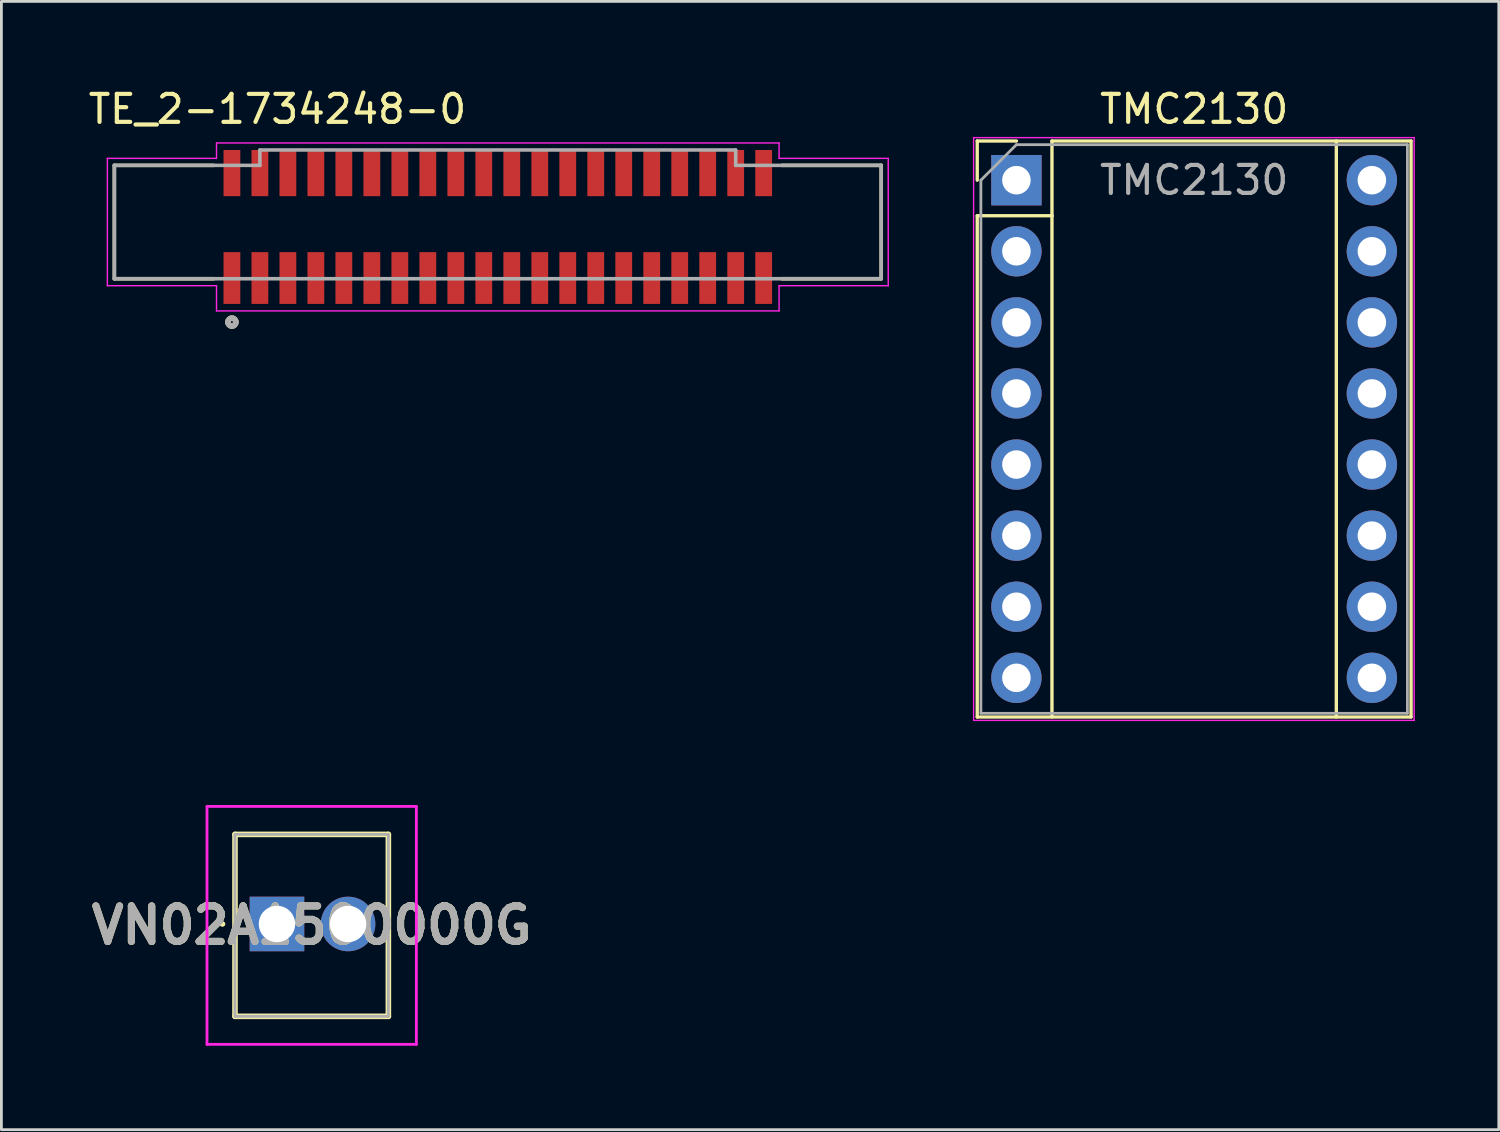
<source format=kicad_pcb>
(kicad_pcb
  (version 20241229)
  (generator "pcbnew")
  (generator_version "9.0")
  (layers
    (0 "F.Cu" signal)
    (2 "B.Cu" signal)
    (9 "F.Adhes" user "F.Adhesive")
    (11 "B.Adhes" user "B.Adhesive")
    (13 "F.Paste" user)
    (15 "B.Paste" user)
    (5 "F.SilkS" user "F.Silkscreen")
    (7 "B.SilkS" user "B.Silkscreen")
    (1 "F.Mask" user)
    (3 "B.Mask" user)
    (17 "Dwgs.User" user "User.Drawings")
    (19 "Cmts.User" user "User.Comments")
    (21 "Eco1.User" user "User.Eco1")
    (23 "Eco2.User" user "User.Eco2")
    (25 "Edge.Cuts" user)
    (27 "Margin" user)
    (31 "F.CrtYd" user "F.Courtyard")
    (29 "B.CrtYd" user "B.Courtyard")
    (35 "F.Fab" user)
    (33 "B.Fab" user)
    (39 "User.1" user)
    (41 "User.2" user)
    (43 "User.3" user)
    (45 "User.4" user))
  (footprint "TE_2-1734248-0"
    (layer "F.Cu")
    (at 14.206 4.899)
    (property "Reference" "TE_2-1734248-0" (at -7.343 -4.05 0) (layer "F.SilkS") (effects (font (size 1 1) (thickness 0.15))))
    (attr smd)
    (fp_line (start -13.17 -2.04) (end -9.62 -2.04) (stroke (width 0.127) (type solid)) (layer "F.SilkS"))
    (fp_line (start -13.17 2.01) (end -13.17 -2.04) (stroke (width 0.127) (type solid)) (layer "F.SilkS"))
    (fp_line (start -13.17 2.01) (end -9.62 2.01) (stroke (width 0.127) (type solid)) (layer "F.SilkS"))
    (fp_line (start 14.23 -2.04) (end 10.68 -2.04) (stroke (width 0.127) (type solid)) (layer "F.SilkS"))
    (fp_line (start 14.23 2.01) (end 10.68 2.01) (stroke (width 0.127) (type solid)) (layer "F.SilkS"))
    (fp_line (start 14.23 2.01) (end 14.23 -2.04) (stroke (width 0.127) (type solid)) (layer "F.SilkS"))
    (fp_circle (center -8.97 3.56) (end -8.829 3.56) (stroke (width 0.2) (type solid)) (fill no) (layer "F.SilkS"))
    (fp_line (start -13.42 -2.29) (end -9.52 -2.29) (stroke (width 0.05) (type solid)) (layer "F.CrtYd"))
    (fp_line (start -13.42 2.26) (end -13.42 -2.29) (stroke (width 0.05) (type solid)) (layer "F.CrtYd"))
    (fp_line (start -9.52 -2.84) (end 10.58 -2.84) (stroke (width 0.05) (type solid)) (layer "F.CrtYd"))
    (fp_line (start -9.52 -2.29) (end -9.52 -2.84) (stroke (width 0.05) (type solid)) (layer "F.CrtYd"))
    (fp_line (start -9.52 2.26) (end -13.42 2.26) (stroke (width 0.05) (type solid)) (layer "F.CrtYd"))
    (fp_line (start -9.52 3.16) (end -9.52 2.26) (stroke (width 0.05) (type solid)) (layer "F.CrtYd"))
    (fp_line (start 10.58 -2.84) (end 10.58 -2.29) (stroke (width 0.05) (type solid)) (layer "F.CrtYd"))
    (fp_line (start 10.58 -2.29) (end 14.48 -2.29) (stroke (width 0.05) (type solid)) (layer "F.CrtYd"))
    (fp_line (start 10.58 2.26) (end 10.58 3.16) (stroke (width 0.05) (type solid)) (layer "F.CrtYd"))
    (fp_line (start 10.58 3.16) (end -9.52 3.16) (stroke (width 0.05) (type solid)) (layer "F.CrtYd"))
    (fp_line (start 14.48 -2.29) (end 14.48 2.26) (stroke (width 0.05) (type solid)) (layer "F.CrtYd"))
    (fp_line (start 14.48 2.26) (end 10.58 2.26) (stroke (width 0.05) (type solid)) (layer "F.CrtYd"))
    (fp_line (start -13.17 -2.04) (end -7.97 -2.04) (stroke (width 0.127) (type solid)) (layer "F.Fab"))
    (fp_line (start -13.17 2.01) (end -13.17 -2.04) (stroke (width 0.127) (type solid)) (layer "F.Fab"))
    (fp_line (start -7.97 -2.59) (end 9.03 -2.59) (stroke (width 0.127) (type solid)) (layer "F.Fab"))
    (fp_line (start -7.97 -2.04) (end -7.97 -2.59) (stroke (width 0.127) (type solid)) (layer "F.Fab"))
    (fp_line (start 9.03 -2.04) (end 9.03 -2.59) (stroke (width 0.127) (type solid)) (layer "F.Fab"))
    (fp_line (start 14.23 -2.04) (end 9.03 -2.04) (stroke (width 0.127) (type solid)) (layer "F.Fab"))
    (fp_line (start 14.23 2.01) (end -13.17 2.01) (stroke (width 0.127) (type solid)) (layer "F.Fab"))
    (fp_line (start 14.23 2.01) (end 14.23 -2.04) (stroke (width 0.127) (type solid)) (layer "F.Fab"))
    (fp_circle (center -8.97 3.56) (end -8.829 3.56) (stroke (width 0.2) (type solid)) (fill no) (layer "F.Fab"))
    (pad "1" smd rect (at -8.97 1.985) (size 0.6 1.85) (layers "F.Cu" "F.Mask" "F.Paste"))
    (pad "1_1" smd rect (at -8.97 -1.765) (size 0.6 1.65) (layers "F.Cu" "F.Mask" "F.Paste"))
    (pad "2" smd rect (at -7.97 1.985) (size 0.6 1.85) (layers "F.Cu" "F.Mask" "F.Paste"))
    (pad "2_1" smd rect (at -7.97 -1.765) (size 0.6 1.65) (layers "F.Cu" "F.Mask" "F.Paste"))
    (pad "3" smd rect (at -6.97 1.985) (size 0.6 1.85) (layers "F.Cu" "F.Mask" "F.Paste"))
    (pad "3_1" smd rect (at -6.97 -1.765) (size 0.6 1.65) (layers "F.Cu" "F.Mask" "F.Paste"))
    (pad "4" smd rect (at -5.97 1.985) (size 0.6 1.85) (layers "F.Cu" "F.Mask" "F.Paste"))
    (pad "4_1" smd rect (at -5.97 -1.765) (size 0.6 1.65) (layers "F.Cu" "F.Mask" "F.Paste"))
    (pad "5" smd rect (at -4.97 1.985) (size 0.6 1.85) (layers "F.Cu" "F.Mask" "F.Paste"))
    (pad "5_1" smd rect (at -4.97 -1.765) (size 0.6 1.65) (layers "F.Cu" "F.Mask" "F.Paste"))
    (pad "6" smd rect (at -3.97 1.985) (size 0.6 1.85) (layers "F.Cu" "F.Mask" "F.Paste"))
    (pad "6_1" smd rect (at -3.97 -1.765) (size 0.6 1.65) (layers "F.Cu" "F.Mask" "F.Paste"))
    (pad "7" smd rect (at -2.97 1.985) (size 0.6 1.85) (layers "F.Cu" "F.Mask" "F.Paste"))
    (pad "7_1" smd rect (at -2.97 -1.765) (size 0.6 1.65) (layers "F.Cu" "F.Mask" "F.Paste"))
    (pad "8" smd rect (at -1.97 1.985) (size 0.6 1.85) (layers "F.Cu" "F.Mask" "F.Paste"))
    (pad "8_1" smd rect (at -1.97 -1.765) (size 0.6 1.65) (layers "F.Cu" "F.Mask" "F.Paste"))
    (pad "9" smd rect (at -0.97 1.985) (size 0.6 1.85) (layers "F.Cu" "F.Mask" "F.Paste"))
    (pad "9_1" smd rect (at -0.97 -1.765) (size 0.6 1.65) (layers "F.Cu" "F.Mask" "F.Paste"))
    (pad "10" smd rect (at 0.03 1.985) (size 0.6 1.85) (layers "F.Cu" "F.Mask" "F.Paste"))
    (pad "10_1" smd rect (at 0.03 -1.765) (size 0.6 1.65) (layers "F.Cu" "F.Mask" "F.Paste"))
    (pad "11" smd rect (at 1.03 1.985) (size 0.6 1.85) (layers "F.Cu" "F.Mask" "F.Paste"))
    (pad "11_1" smd rect (at 1.03 -1.765) (size 0.6 1.65) (layers "F.Cu" "F.Mask" "F.Paste"))
    (pad "12" smd rect (at 2.03 1.985) (size 0.6 1.85) (layers "F.Cu" "F.Mask" "F.Paste"))
    (pad "12_1" smd rect (at 2.03 -1.765) (size 0.6 1.65) (layers "F.Cu" "F.Mask" "F.Paste"))
    (pad "13" smd rect (at 3.03 1.985) (size 0.6 1.85) (layers "F.Cu" "F.Mask" "F.Paste"))
    (pad "13_1" smd rect (at 3.03 -1.765) (size 0.6 1.65) (layers "F.Cu" "F.Mask" "F.Paste"))
    (pad "14" smd rect (at 4.03 1.985) (size 0.6 1.85) (layers "F.Cu" "F.Mask" "F.Paste"))
    (pad "14_1" smd rect (at 4.03 -1.765) (size 0.6 1.65) (layers "F.Cu" "F.Mask" "F.Paste"))
    (pad "15" smd rect (at 5.03 1.985) (size 0.6 1.85) (layers "F.Cu" "F.Mask" "F.Paste"))
    (pad "15_1" smd rect (at 5.03 -1.765) (size 0.6 1.65) (layers "F.Cu" "F.Mask" "F.Paste"))
    (pad "16" smd rect (at 6.03 1.985) (size 0.6 1.85) (layers "F.Cu" "F.Mask" "F.Paste"))
    (pad "16_1" smd rect (at 6.03 -1.765) (size 0.6 1.65) (layers "F.Cu" "F.Mask" "F.Paste"))
    (pad "17" smd rect (at 7.03 1.985) (size 0.6 1.85) (layers "F.Cu" "F.Mask" "F.Paste"))
    (pad "17_1" smd rect (at 7.03 -1.765) (size 0.6 1.65) (layers "F.Cu" "F.Mask" "F.Paste"))
    (pad "18" smd rect (at 8.03 1.985) (size 0.6 1.85) (layers "F.Cu" "F.Mask" "F.Paste"))
    (pad "18_1" smd rect (at 8.03 -1.765) (size 0.6 1.65) (layers "F.Cu" "F.Mask" "F.Paste"))
    (pad "19" smd rect (at 9.03 1.985) (size 0.6 1.85) (layers "F.Cu" "F.Mask" "F.Paste"))
    (pad "19_1" smd rect (at 9.03 -1.765) (size 0.6 1.65) (layers "F.Cu" "F.Mask" "F.Paste"))
    (pad "20" smd rect (at 10.03 1.985) (size 0.6 1.85) (layers "F.Cu" "F.Mask" "F.Paste"))
    (pad "20_1" smd rect (at 10.03 -1.765) (size 0.6 1.65) (layers "F.Cu" "F.Mask" "F.Paste")))
  (footprint "TMC2130"
    (layer "F.Cu")
    (at 33.266 3.388)
    (property "Reference" "TMC2130" (at 6.35 -2.54 0) (layer "F.SilkS") (effects (font (size 1 1) (thickness 0.15))))
    (attr through_hole)
    (fp_line (start -1.4 -1.4) (end -1.4 0) (stroke (width 0.12) (type solid)) (layer "F.SilkS"))
    (fp_line (start -1.4 1.27) (end -1.4 19.18) (stroke (width 0.12) (type solid)) (layer "F.SilkS"))
    (fp_line (start -1.4 19.18) (end 14.1 19.18) (stroke (width 0.12) (type solid)) (layer "F.SilkS"))
    (fp_line (start 0 -1.4) (end -1.4 -1.4) (stroke (width 0.12) (type solid)) (layer "F.SilkS"))
    (fp_line (start 1.27 -1.4) (end 1.27 1.27) (stroke (width 0.12) (type solid)) (layer "F.SilkS"))
    (fp_line (start 1.27 1.27) (end -1.4 1.27) (stroke (width 0.12) (type solid)) (layer "F.SilkS"))
    (fp_line (start 1.27 1.27) (end 1.27 19.18) (stroke (width 0.12) (type solid)) (layer "F.SilkS"))
    (fp_line (start 11.43 -1.4) (end 11.43 19.18) (stroke (width 0.12) (type solid)) (layer "F.SilkS"))
    (fp_line (start 14.1 -1.4) (end 1.27 -1.4) (stroke (width 0.12) (type solid)) (layer "F.SilkS"))
    (fp_line (start 14.1 19.18) (end 14.1 -1.4) (stroke (width 0.12) (type solid)) (layer "F.SilkS"))
    (fp_line (start -1.53 -1.52) (end -1.53 19.3) (stroke (width 0.05) (type solid)) (layer "F.CrtYd"))
    (fp_line (start -1.53 -1.52) (end 14.21 -1.52) (stroke (width 0.05) (type solid)) (layer "F.CrtYd"))
    (fp_line (start 14.21 19.3) (end -1.53 19.3) (stroke (width 0.05) (type solid)) (layer "F.CrtYd"))
    (fp_line (start 14.21 19.3) (end 14.21 -1.52) (stroke (width 0.05) (type solid)) (layer "F.CrtYd"))
    (fp_line (start -1.27 0) (end 0 -1.27) (stroke (width 0.1) (type solid)) (layer "F.Fab"))
    (fp_line (start -1.27 19.05) (end -1.27 0) (stroke (width 0.1) (type solid)) (layer "F.Fab"))
    (fp_line (start 0 -1.27) (end 13.97 -1.27) (stroke (width 0.1) (type solid)) (layer "F.Fab"))
    (fp_line (start 13.97 -1.27) (end 13.97 19.05) (stroke (width 0.1) (type solid)) (layer "F.Fab"))
    (fp_line (start 13.97 19.05) (end -1.27 19.05) (stroke (width 0.1) (type solid)) (layer "F.Fab"))
    (fp_text user "${REFERENCE}" (at 6.35 0 0) (layer "F.Fab") (effects (font (size 1 1) (thickness 0.15))))
    (pad "1" thru_hole oval (at 12.7 17.78) (size 1.8 1.8) (drill 1.02) (layers "*.Cu" "*.Mask"))
    (pad "2" thru_hole oval (at 12.7 15.24) (size 1.8 1.8) (drill 1.02) (layers "*.Cu" "*.Mask"))
    (pad "3" thru_hole oval (at 12.7 12.7) (size 1.8 1.8) (drill 1.02) (layers "*.Cu" "*.Mask"))
    (pad "4" thru_hole oval (at 12.7 10.16) (size 1.8 1.8) (drill 1.02) (layers "*.Cu" "*.Mask"))
    (pad "5" thru_hole oval (at 12.7 7.62) (size 1.8 1.8) (drill 1.02) (layers "*.Cu" "*.Mask"))
    (pad "6" thru_hole oval (at 12.7 5.08) (size 1.8 1.8) (drill 1.02) (layers "*.Cu" "*.Mask"))
    (pad "7" thru_hole oval (at 12.7 2.54) (size 1.8 1.8) (drill 1.02) (layers "*.Cu" "*.Mask"))
    (pad "8" thru_hole oval (at 12.7 0) (size 1.8 1.8) (drill 1.02) (layers "*.Cu" "*.Mask"))
    (pad "9" thru_hole rect (at 0 0) (size 1.8 1.8) (drill 1.02) (layers "*.Cu" "*.Mask"))
    (pad "10" thru_hole oval (at 0 2.54) (size 1.8 1.8) (drill 1.02) (layers "*.Cu" "*.Mask"))
    (pad "11" thru_hole oval (at 0 5.08) (size 1.8 1.8) (drill 1.02) (layers "*.Cu" "*.Mask"))
    (pad "12" thru_hole oval (at 0 7.62) (size 1.8 1.8) (drill 1.02) (layers "*.Cu" "*.Mask"))
    (pad "13" thru_hole oval (at 0 10.16) (size 1.8 1.8) (drill 1.02) (layers "*.Cu" "*.Mask"))
    (pad "14" thru_hole oval (at 0 12.7) (size 1.8 1.8) (drill 1.02) (layers "*.Cu" "*.Mask"))
    (pad "15" thru_hole oval (at 0 15.24) (size 1.8 1.8) (drill 1.02) (layers "*.Cu" "*.Mask"))
    (pad "16" thru_hole oval (at 0 17.78) (size 1.8 1.8) (drill 1.02) (layers "*.Cu" "*.Mask")))
  (footprint "VN02A1500000G"
    (layer "F.Cu")
    (at 6.846 29.963)
    (property "Reference" "VN02A1500000G" (at 1.24 0.05 0) (layer "F.SilkS") (effects (font (size 1.27 1.27) (thickness 0.254))))
    (attr through_hole)
    (fp_line (start -2 0) (end -2 0) (stroke (width 0.1) (type solid)) (layer "F.SilkS"))
    (fp_line (start -1.9 0) (end -1.9 0) (stroke (width 0.1) (type solid)) (layer "F.SilkS"))
    (fp_line (start -1.5 -3.2) (end -1.5 3.3) (stroke (width 0.2) (type solid)) (layer "F.SilkS"))
    (fp_line (start -1.5 3.3) (end 3.98 3.3) (stroke (width 0.2) (type solid)) (layer "F.SilkS"))
    (fp_line (start 3.98 -3.2) (end -1.5 -3.2) (stroke (width 0.2) (type solid)) (layer "F.SilkS"))
    (fp_line (start 3.98 3.3) (end 3.98 -3.2) (stroke (width 0.2) (type solid)) (layer "F.SilkS"))
    (fp_arc (start -2 0) (mid -1.95 -0.05) (end -1.9 0) (stroke (width 0.1) (type solid)) (layer "F.SilkS"))
    (fp_arc (start -1.9 0) (mid -1.95 0.05) (end -2 0) (stroke (width 0.1) (type solid)) (layer "F.SilkS"))
    (fp_line (start -2.5 -4.2) (end 4.98 -4.2) (stroke (width 0.1) (type solid)) (layer "F.CrtYd"))
    (fp_line (start -2.5 4.3) (end -2.5 -4.2) (stroke (width 0.1) (type solid)) (layer "F.CrtYd"))
    (fp_line (start 4.98 -4.2) (end 4.98 4.3) (stroke (width 0.1) (type solid)) (layer "F.CrtYd"))
    (fp_line (start 4.98 4.3) (end -2.5 4.3) (stroke (width 0.1) (type solid)) (layer "F.CrtYd"))
    (fp_line (start -1.5 -3.2) (end -1.5 3.3) (stroke (width 0.1) (type solid)) (layer "F.Fab"))
    (fp_line (start -1.5 3.3) (end 3.98 3.3) (stroke (width 0.1) (type solid)) (layer "F.Fab"))
    (fp_line (start 3.98 -3.2) (end -1.5 -3.2) (stroke (width 0.1) (type solid)) (layer "F.Fab"))
    (fp_line (start 3.98 3.3) (end 3.98 -3.2) (stroke (width 0.1) (type solid)) (layer "F.Fab"))
    (fp_text user "${REFERENCE}" (at 1.24 0.05 0) (layer "F.Fab") (effects (font (size 1.27 1.27) (thickness 0.254))))
    (pad "1" thru_hole rect (at 0 0) (size 1.95 1.95) (drill 1.3) (layers "*.Cu" "*.Mask"))
    (pad "2" thru_hole circle (at 2.54 0) (size 1.95 1.95) (drill 1.3) (layers "*.Cu" "*.Mask")))
  (gr_rect
    (start -3 -3)
    (end 50.501 37.313)
    (stroke (width 0.1) (type default))
    (fill no)
    (layer "Edge.Cuts")))
</source>
